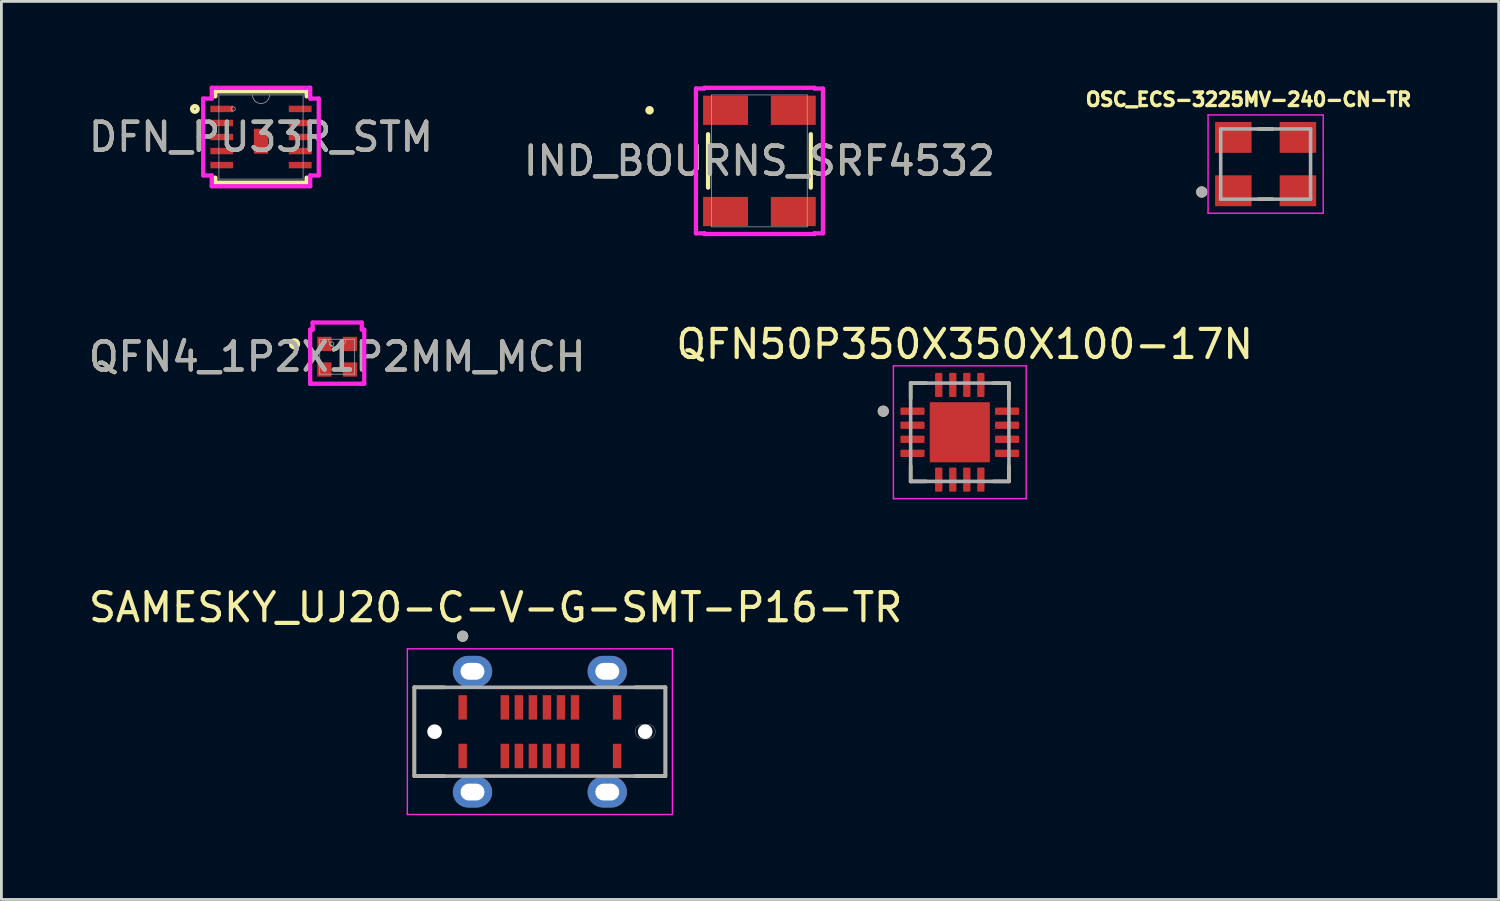
<source format=kicad_pcb>
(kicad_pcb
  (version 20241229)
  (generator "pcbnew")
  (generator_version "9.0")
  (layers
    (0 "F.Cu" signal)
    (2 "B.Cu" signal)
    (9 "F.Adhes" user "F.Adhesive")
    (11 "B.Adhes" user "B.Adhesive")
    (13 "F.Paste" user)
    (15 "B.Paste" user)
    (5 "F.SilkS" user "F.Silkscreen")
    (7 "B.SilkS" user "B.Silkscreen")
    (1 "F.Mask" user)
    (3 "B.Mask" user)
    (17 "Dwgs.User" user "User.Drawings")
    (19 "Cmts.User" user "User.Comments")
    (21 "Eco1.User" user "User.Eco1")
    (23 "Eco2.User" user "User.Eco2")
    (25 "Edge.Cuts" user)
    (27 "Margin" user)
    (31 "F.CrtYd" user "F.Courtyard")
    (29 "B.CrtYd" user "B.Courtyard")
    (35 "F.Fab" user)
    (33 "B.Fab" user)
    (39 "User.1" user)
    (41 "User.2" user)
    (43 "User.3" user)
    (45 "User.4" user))
  (footprint "QFN4_1P2X1P2MM_MCH"
    (layer "F.Cu")
    (at 8.958 9.653)
    (property "Reference" "QFN4_1P2X1P2MM_MCH" (at 0 0 0) (unlocked yes) (layer "F.SilkS") (effects (font (size 1 1) (thickness 0.15))))
    (attr smd)
    (fp_circle (center -1.52 -0.455) (end -1.393 -0.455) (stroke (width 0.152) (type solid)) (fill no) (layer "F.SilkS"))
    (fp_line (start -0.963 -0.963) (end -0.876 -0.963) (stroke (width 0.152) (type solid)) (layer "F.CrtYd"))
    (fp_line (start -0.963 0.963) (end -0.963 -0.963) (stroke (width 0.152) (type solid)) (layer "F.CrtYd"))
    (fp_line (start -0.963 0.963) (end -0.876 0.963) (stroke (width 0.152) (type solid)) (layer "F.CrtYd"))
    (fp_line (start -0.876 -1.217) (end 0.876 -1.217) (stroke (width 0.152) (type solid)) (layer "F.CrtYd"))
    (fp_line (start -0.876 -0.963) (end -0.876 -1.217) (stroke (width 0.152) (type solid)) (layer "F.CrtYd"))
    (fp_line (start -0.876 0.963) (end -0.876 0.963) (stroke (width 0.152) (type solid)) (layer "F.CrtYd"))
    (fp_line (start 0.876 -1.217) (end 0.876 -0.963) (stroke (width 0.152) (type solid)) (layer "F.CrtYd"))
    (fp_line (start 0.876 0.963) (end -0.876 0.963) (stroke (width 0.152) (type solid)) (layer "F.CrtYd"))
    (fp_line (start 0.876 0.963) (end 0.876 0.963) (stroke (width 0.152) (type solid)) (layer "F.CrtYd"))
    (fp_line (start 0.963 -0.963) (end 0.876 -0.963) (stroke (width 0.152) (type solid)) (layer "F.CrtYd"))
    (fp_line (start 0.963 -0.963) (end 0.963 0.963) (stroke (width 0.152) (type solid)) (layer "F.CrtYd"))
    (fp_line (start 0.963 0.963) (end 0.876 0.963) (stroke (width 0.152) (type solid)) (layer "F.CrtYd"))
    (fp_line (start -0.622 -0.622) (end -0.622 0.622) (stroke (width 0.025) (type solid)) (layer "F.Fab"))
    (fp_line (start -0.622 0.622) (end 0.622 0.622) (stroke (width 0.025) (type solid)) (layer "F.Fab"))
    (fp_line (start 0.622 -0.622) (end -0.622 -0.622) (stroke (width 0.025) (type solid)) (layer "F.Fab"))
    (fp_line (start 0.622 0.622) (end 0.622 -0.622) (stroke (width 0.025) (type solid)) (layer "F.Fab"))
    (fp_arc (start 0.3048 -0.6223) (mid 0 -0.3175) (end -0.3048 -0.6223) (stroke (width 0.0254) (type solid)) (layer "F.Fab"))
    (fp_circle (center -0.201 -0.455) (end -0.125 -0.455) (stroke (width 0.025) (type solid)) (fill no) (layer "F.Fab"))
    (fp_text user "${REFERENCE}" (at 0 0 0) (unlocked yes) (layer "F.Fab") (effects (font (size 1 1) (thickness 0.15))))
    (pad "1" smd rect (at -0.455 -0.455) (size 0.508 0.508) (layers "F.Cu" "F.Mask" "F.Paste"))
    (pad "2" smd rect (at -0.455 0.455) (size 0.508 0.508) (layers "F.Cu" "F.Mask" "F.Paste"))
    (pad "3" smd rect (at 0.455 0.455) (size 0.508 0.508) (layers "F.Cu" "F.Mask" "F.Paste"))
    (pad "4" smd rect (at 0.455 -0.455) (size 0.508 0.508) (layers "F.Cu" "F.Mask" "F.Paste")))
  (footprint "DFN_PU33R_STM"
    (layer "F.Cu")
    (at 6.244 1.829)
    (property "Reference" "DFN_PU33R_STM" (at 0 0 0) (unlocked yes) (layer "F.SilkS") (effects (font (size 1 1) (thickness 0.15))))
    (attr smd)
    (fp_line (start -1.626 -1.626) (end -1.626 -1.447) (stroke (width 0.152) (type solid)) (layer "F.SilkS"))
    (fp_line (start -1.626 1.447) (end -1.626 1.626) (stroke (width 0.152) (type solid)) (layer "F.SilkS"))
    (fp_line (start -1.626 1.626) (end 1.626 1.626) (stroke (width 0.152) (type solid)) (layer "F.SilkS"))
    (fp_line (start 1.626 -1.626) (end -1.626 -1.626) (stroke (width 0.152) (type solid)) (layer "F.SilkS"))
    (fp_line (start 1.626 -1.447) (end 1.626 -1.626) (stroke (width 0.152) (type solid)) (layer "F.SilkS"))
    (fp_line (start 1.626 1.626) (end 1.626 1.447) (stroke (width 0.152) (type solid)) (layer "F.SilkS"))
    (fp_circle (center -2.354 -1) (end -2.253 -1) (stroke (width 0.152) (type solid)) (fill no) (layer "F.SilkS"))
    (fp_line (start -2.057 -1.369) (end -1.753 -1.369) (stroke (width 0.152) (type solid)) (layer "F.CrtYd"))
    (fp_line (start -2.057 1.369) (end -2.057 -1.369) (stroke (width 0.152) (type solid)) (layer "F.CrtYd"))
    (fp_line (start -2.057 1.369) (end -1.753 1.369) (stroke (width 0.152) (type solid)) (layer "F.CrtYd"))
    (fp_line (start -1.753 -1.753) (end 1.753 -1.753) (stroke (width 0.152) (type solid)) (layer "F.CrtYd"))
    (fp_line (start -1.753 -1.369) (end -1.753 -1.753) (stroke (width 0.152) (type solid)) (layer "F.CrtYd"))
    (fp_line (start -1.753 1.753) (end -1.753 1.369) (stroke (width 0.152) (type solid)) (layer "F.CrtYd"))
    (fp_line (start 1.753 -1.753) (end 1.753 -1.369) (stroke (width 0.152) (type solid)) (layer "F.CrtYd"))
    (fp_line (start 1.753 1.369) (end 1.753 1.753) (stroke (width 0.152) (type solid)) (layer "F.CrtYd"))
    (fp_line (start 1.753 1.753) (end -1.753 1.753) (stroke (width 0.152) (type solid)) (layer "F.CrtYd"))
    (fp_line (start 2.057 -1.369) (end 1.753 -1.369) (stroke (width 0.152) (type solid)) (layer "F.CrtYd"))
    (fp_line (start 2.057 -1.369) (end 2.057 1.369) (stroke (width 0.152) (type solid)) (layer "F.CrtYd"))
    (fp_line (start 2.057 1.369) (end 1.753 1.369) (stroke (width 0.152) (type solid)) (layer "F.CrtYd"))
    (fp_line (start -1.499 -1.499) (end -1.499 1.499) (stroke (width 0.025) (type solid)) (layer "F.Fab"))
    (fp_line (start -1.499 1.499) (end 1.499 1.499) (stroke (width 0.025) (type solid)) (layer "F.Fab"))
    (fp_line (start 1.499 -1.499) (end -1.499 -1.499) (stroke (width 0.025) (type solid)) (layer "F.Fab"))
    (fp_line (start 1.499 1.499) (end 1.499 -1.499) (stroke (width 0.025) (type solid)) (layer "F.Fab"))
    (fp_arc (start 0.3048 -1.4986) (mid 0 -1.1938) (end -0.3048 -1.4986) (stroke (width 0.0254) (type solid)) (layer "F.Fab"))
    (fp_circle (center -0.991 -1) (end -0.914 -1) (stroke (width 0.025) (type solid)) (fill no) (layer "F.Fab"))
    (fp_text user "${REFERENCE}" (at 0 0 0) (unlocked yes) (layer "F.Fab") (effects (font (size 1 1) (thickness 0.15))))
    (pad "1" smd rect (at -1.397 -1) (size 0.813 0.229) (layers "F.Cu" "F.Mask" "F.Paste"))
    (pad "2" smd rect (at -1.397 -0.5) (size 0.813 0.229) (layers "F.Cu" "F.Mask" "F.Paste"))
    (pad "3" smd rect (at -1.397 0) (size 0.813 0.229) (layers "F.Cu" "F.Mask" "F.Paste"))
    (pad "4" smd rect (at -1.397 0.5) (size 0.813 0.229) (layers "F.Cu" "F.Mask" "F.Paste"))
    (pad "5" smd rect (at -1.397 1) (size 0.813 0.229) (layers "F.Cu" "F.Mask" "F.Paste"))
    (pad "6" smd rect (at 1.397 1) (size 0.813 0.229) (layers "F.Cu" "F.Mask" "F.Paste"))
    (pad "7" smd rect (at 1.397 0.5) (size 0.813 0.229) (layers "F.Cu" "F.Mask" "F.Paste"))
    (pad "8" smd rect (at 1.397 0) (size 0.813 0.229) (layers "F.Cu" "F.Mask" "F.Paste"))
    (pad "9" smd rect (at 1.397 -0.5) (size 0.813 0.229) (layers "F.Cu" "F.Mask" "F.Paste"))
    (pad "10" smd rect (at 1.397 -1) (size 0.813 0.229) (layers "F.Cu" "F.Mask" "F.Paste"))
    (pad "11" smd rect (at 0 0.15) (size 0.508 0.889) (layers "F.Cu" "F.Mask" "F.Paste")))
  (footprint "SAMESKY_UJ20-C-V-G-SMT-P16-TR"
    (layer "F.Cu")
    (at 16.176 23.006)
    (property "Reference" "SAMESKY_UJ20-C-V-G-SMT-P16-TR" (at -1.575 -4.425 0) (layer "F.SilkS") (effects (font (size 1 1) (thickness 0.15))))
    (attr smd)
    (fp_line (start -4.47 -1.58) (end -4.47 1.58) (stroke (width 0.127) (type solid)) (layer "F.SilkS"))
    (fp_line (start -4.47 1.58) (end -3.4 1.58) (stroke (width 0.127) (type solid)) (layer "F.SilkS"))
    (fp_line (start -3.4 -1.58) (end -4.47 -1.58) (stroke (width 0.127) (type solid)) (layer "F.SilkS"))
    (fp_line (start 3.4 -1.58) (end 4.47 -1.58) (stroke (width 0.127) (type solid)) (layer "F.SilkS"))
    (fp_line (start 4.47 -1.58) (end 4.47 1.58) (stroke (width 0.127) (type solid)) (layer "F.SilkS"))
    (fp_line (start 4.47 1.58) (end 3.4 1.58) (stroke (width 0.127) (type solid)) (layer "F.SilkS"))
    (fp_circle (center -2.75 -3.4) (end -2.65 -3.4) (stroke (width 0.2) (type solid)) (fill no) (layer "F.SilkS"))
    (fp_line (start 3.66 0.26) (end 3.84 0.26) (stroke (width 0.01) (type solid)) (layer "Edge.Cuts"))
    (fp_line (start 3.84 -0.26) (end 3.65 -0.26) (stroke (width 0.01) (type solid)) (layer "Edge.Cuts"))
    (fp_arc (start 3.39 0) (mid 3.466152 -0.183848) (end 3.65 -0.26) (stroke (width 0.01) (type solid)) (layer "Edge.Cuts"))
    (fp_arc (start 3.66 0.26) (mid 3.471152 0.185919) (end 3.39 0) (stroke (width 0.01) (type solid)) (layer "Edge.Cuts"))
    (fp_arc (start 3.84 -0.26) (mid 4.028848 -0.185919) (end 4.11 0) (stroke (width 0.01) (type solid)) (layer "Edge.Cuts"))
    (fp_arc (start 4.11 0) (mid 4.028848 0.185919) (end 3.84 0.26) (stroke (width 0.01) (type solid)) (layer "Edge.Cuts"))
    (fp_line (start -4.72 -2.95) (end -4.72 2.95) (stroke (width 0.05) (type solid)) (layer "F.CrtYd"))
    (fp_line (start -4.72 2.95) (end 4.72 2.95) (stroke (width 0.05) (type solid)) (layer "F.CrtYd"))
    (fp_line (start 4.72 -2.95) (end -4.72 -2.95) (stroke (width 0.05) (type solid)) (layer "F.CrtYd"))
    (fp_line (start 4.72 2.95) (end 4.72 -2.95) (stroke (width 0.05) (type solid)) (layer "F.CrtYd"))
    (fp_line (start -4.47 -1.58) (end -4.47 1.58) (stroke (width 0.127) (type solid)) (layer "F.Fab"))
    (fp_line (start -4.47 1.58) (end 4.47 1.58) (stroke (width 0.127) (type solid)) (layer "F.Fab"))
    (fp_line (start 4.47 -1.58) (end -4.47 -1.58) (stroke (width 0.127) (type solid)) (layer "F.Fab"))
    (fp_line (start 4.47 1.58) (end 4.47 -1.58) (stroke (width 0.127) (type solid)) (layer "F.Fab"))
    (fp_circle (center -2.75 -3.4) (end -2.65 -3.4) (stroke (width 0.2) (type solid)) (fill no) (layer "F.Fab"))
    (pad "" np_thru_hole circle (at -3.75 0) (size 0.52 0.52) (drill 0.52) (layers "*.Cu" "*.Mask"))
    (pad "" np_thru_hole circle (at 3.75 0) (size 0.52 0.52) (drill 0.52) (layers "*.Cu" "*.Mask"))
    (pad "A1" smd rect (at -2.75 -0.865) (size 0.3 0.87) (layers "F.Cu" "F.Mask" "F.Paste"))
    (pad "A4" smd rect (at -1.25 -0.865) (size 0.3 0.87) (layers "F.Cu" "F.Mask" "F.Paste"))
    (pad "A5" smd rect (at -0.75 -0.865) (size 0.3 0.87) (layers "F.Cu" "F.Mask" "F.Paste"))
    (pad "A6" smd rect (at -0.25 -0.865) (size 0.3 0.87) (layers "F.Cu" "F.Mask" "F.Paste"))
    (pad "A7" smd rect (at 0.25 -0.865) (size 0.3 0.87) (layers "F.Cu" "F.Mask" "F.Paste"))
    (pad "A8" smd rect (at 0.75 -0.865) (size 0.3 0.87) (layers "F.Cu" "F.Mask" "F.Paste"))
    (pad "A9" smd rect (at 1.25 -0.865) (size 0.3 0.87) (layers "F.Cu" "F.Mask" "F.Paste"))
    (pad "A12" smd rect (at 2.75 -0.865) (size 0.3 0.87) (layers "F.Cu" "F.Mask" "F.Paste"))
    (pad "B1" smd rect (at 2.75 0.865) (size 0.3 0.87) (layers "F.Cu" "F.Mask" "F.Paste"))
    (pad "B4" smd rect (at 1.25 0.865) (size 0.3 0.87) (layers "F.Cu" "F.Mask" "F.Paste"))
    (pad "B5" smd rect (at 0.75 0.865) (size 0.3 0.87) (layers "F.Cu" "F.Mask" "F.Paste"))
    (pad "B6" smd rect (at 0.25 0.865) (size 0.3 0.87) (layers "F.Cu" "F.Mask" "F.Paste"))
    (pad "B7" smd rect (at -0.25 0.865) (size 0.3 0.87) (layers "F.Cu" "F.Mask" "F.Paste"))
    (pad "B8" smd rect (at -0.75 0.865) (size 0.3 0.87) (layers "F.Cu" "F.Mask" "F.Paste"))
    (pad "B9" smd rect (at -1.25 0.865) (size 0.3 0.87) (layers "F.Cu" "F.Mask" "F.Paste"))
    (pad "B12" smd rect (at -2.75 0.865) (size 0.3 0.87) (layers "F.Cu" "F.Mask" "F.Paste"))
    (pad "SH1" thru_hole oval (at -2.4 -2.15) (size 1.4 1.1) (drill oval 0.85 0.6) (layers "*.Cu" "*.Mask"))
    (pad "SH2" thru_hole oval (at 2.4 -2.15) (size 1.4 1.1) (drill oval 0.85 0.6) (layers "*.Cu" "*.Mask"))
    (pad "SH3" thru_hole oval (at -2.4 2.15) (size 1.4 1.1) (drill oval 0.85 0.6) (layers "*.Cu" "*.Mask"))
    (pad "SH4" thru_hole oval (at 2.4 2.15) (size 1.4 1.1) (drill oval 0.85 0.6) (layers "*.Cu" "*.Mask")))
  (footprint "QFN50P350X350X100-17N"
    (layer "F.Cu")
    (at 31.129 12.343)
    (property "Reference" "QFN50P350X350X100-17N" (at 0.175 -3.135 0) (layer "F.SilkS") (effects (font (size 1 1) (thickness 0.15))))
    (attr smd)
    (fp_line (start -1.75 -1.75) (end -1.75 -1.2) (stroke (width 0.127) (type solid)) (layer "F.SilkS"))
    (fp_line (start -1.75 -1.75) (end -1.2 -1.75) (stroke (width 0.127) (type solid)) (layer "F.SilkS"))
    (fp_line (start -1.75 1.75) (end -1.75 1.2) (stroke (width 0.127) (type solid)) (layer "F.SilkS"))
    (fp_line (start -1.75 1.75) (end -1.2 1.75) (stroke (width 0.127) (type solid)) (layer "F.SilkS"))
    (fp_line (start 1.75 -1.75) (end 1.2 -1.75) (stroke (width 0.127) (type solid)) (layer "F.SilkS"))
    (fp_line (start 1.75 -1.75) (end 1.75 -1.2) (stroke (width 0.127) (type solid)) (layer "F.SilkS"))
    (fp_line (start 1.75 1.75) (end 1.2 1.75) (stroke (width 0.127) (type solid)) (layer "F.SilkS"))
    (fp_line (start 1.75 1.75) (end 1.75 1.2) (stroke (width 0.127) (type solid)) (layer "F.SilkS"))
    (fp_circle (center -2.725 -0.75) (end -2.625 -0.75) (stroke (width 0.2) (type solid)) (fill no) (layer "F.SilkS"))
    (fp_poly (pts (xy -0.68 -0.68) (xy 0.68 -0.68) (xy 0.68 0.68) (xy -0.68 0.68)) (stroke (width 0.01) (type solid)) (fill yes) (layer "F.Paste"))
    (fp_line (start -2.365 -2.365) (end 2.365 -2.365) (stroke (width 0.05) (type solid)) (layer "F.CrtYd"))
    (fp_line (start -2.365 2.365) (end -2.365 -2.365) (stroke (width 0.05) (type solid)) (layer "F.CrtYd"))
    (fp_line (start -2.365 2.365) (end 2.365 2.365) (stroke (width 0.05) (type solid)) (layer "F.CrtYd"))
    (fp_line (start 2.365 2.365) (end 2.365 -2.365) (stroke (width 0.05) (type solid)) (layer "F.CrtYd"))
    (fp_line (start -1.75 1.75) (end -1.75 -1.75) (stroke (width 0.127) (type solid)) (layer "F.Fab"))
    (fp_line (start 1.75 -1.75) (end -1.75 -1.75) (stroke (width 0.127) (type solid)) (layer "F.Fab"))
    (fp_line (start 1.75 1.75) (end -1.75 1.75) (stroke (width 0.127) (type solid)) (layer "F.Fab"))
    (fp_line (start 1.75 1.75) (end 1.75 -1.75) (stroke (width 0.127) (type solid)) (layer "F.Fab"))
    (fp_circle (center -2.725 -0.75) (end -2.625 -0.75) (stroke (width 0.2) (type solid)) (fill no) (layer "F.Fab"))
    (pad "1" smd roundrect (at -1.685 -0.75) (size 0.86 0.26) (layers "F.Cu" "F.Mask" "F.Paste") (roundrect_rratio 0.125))
    (pad "2" smd roundrect (at -1.685 -0.25) (size 0.86 0.26) (layers "F.Cu" "F.Mask" "F.Paste") (roundrect_rratio 0.125))
    (pad "3" smd roundrect (at -1.685 0.25) (size 0.86 0.26) (layers "F.Cu" "F.Mask" "F.Paste") (roundrect_rratio 0.125))
    (pad "4" smd roundrect (at -1.685 0.75) (size 0.86 0.26) (layers "F.Cu" "F.Mask" "F.Paste") (roundrect_rratio 0.125))
    (pad "5" smd roundrect (at -0.75 1.685) (size 0.26 0.86) (layers "F.Cu" "F.Mask" "F.Paste") (roundrect_rratio 0.125))
    (pad "6" smd roundrect (at -0.25 1.685) (size 0.26 0.86) (layers "F.Cu" "F.Mask" "F.Paste") (roundrect_rratio 0.125))
    (pad "7" smd roundrect (at 0.25 1.685) (size 0.26 0.86) (layers "F.Cu" "F.Mask" "F.Paste") (roundrect_rratio 0.125))
    (pad "8" smd roundrect (at 0.75 1.685) (size 0.26 0.86) (layers "F.Cu" "F.Mask" "F.Paste") (roundrect_rratio 0.125))
    (pad "9" smd roundrect (at 1.685 0.75) (size 0.86 0.26) (layers "F.Cu" "F.Mask" "F.Paste") (roundrect_rratio 0.125))
    (pad "10" smd roundrect (at 1.685 0.25) (size 0.86 0.26) (layers "F.Cu" "F.Mask" "F.Paste") (roundrect_rratio 0.125))
    (pad "11" smd roundrect (at 1.685 -0.25) (size 0.86 0.26) (layers "F.Cu" "F.Mask" "F.Paste") (roundrect_rratio 0.125))
    (pad "12" smd roundrect (at 1.685 -0.75) (size 0.86 0.26) (layers "F.Cu" "F.Mask" "F.Paste") (roundrect_rratio 0.125))
    (pad "13" smd roundrect (at 0.75 -1.685) (size 0.26 0.86) (layers "F.Cu" "F.Mask" "F.Paste") (roundrect_rratio 0.125))
    (pad "14" smd roundrect (at 0.25 -1.685) (size 0.26 0.86) (layers "F.Cu" "F.Mask" "F.Paste") (roundrect_rratio 0.125))
    (pad "15" smd roundrect (at -0.25 -1.685) (size 0.26 0.86) (layers "F.Cu" "F.Mask" "F.Paste") (roundrect_rratio 0.125))
    (pad "16" smd roundrect (at -0.75 -1.685) (size 0.26 0.86) (layers "F.Cu" "F.Mask" "F.Paste") (roundrect_rratio 0.125))
    (pad "17" smd rect (at 0 0) (size 2.14 2.14) (layers "F.Cu" "F.Mask")))
  (footprint "OSC_ECS-3225MV-240-CN-TR"
    (layer "F.Cu")
    (at 42.02 2.793)
    (property "Reference" "OSC_ECS-3225MV-240-CN-TR" (at -0.61 -2.301 0) (layer "F.SilkS") (effects (font (size 0.481 0.481) (thickness 0.15))))
    (attr smd)
    (fp_line (start -0.25 -1.25) (end 0.25 -1.25) (stroke (width 0.127) (type solid)) (layer "F.SilkS"))
    (fp_line (start -0.25 1.25) (end 0.25 1.25) (stroke (width 0.127) (type solid)) (layer "F.SilkS"))
    (fp_circle (center -2.275 0.994) (end -2.175 0.994) (stroke (width 0.2) (type solid)) (fill no) (layer "F.SilkS"))
    (fp_line (start -2.05 -1.75) (end 2.05 -1.75) (stroke (width 0.05) (type solid)) (layer "F.CrtYd"))
    (fp_line (start -2.05 1.75) (end -2.05 -1.75) (stroke (width 0.05) (type solid)) (layer "F.CrtYd"))
    (fp_line (start 2.05 -1.75) (end 2.05 1.75) (stroke (width 0.05) (type solid)) (layer "F.CrtYd"))
    (fp_line (start 2.05 1.75) (end -2.05 1.75) (stroke (width 0.05) (type solid)) (layer "F.CrtYd"))
    (fp_line (start -1.6 -1.25) (end 1.6 -1.25) (stroke (width 0.127) (type solid)) (layer "F.Fab"))
    (fp_line (start -1.6 1.25) (end -1.6 -1.25) (stroke (width 0.127) (type solid)) (layer "F.Fab"))
    (fp_line (start 1.6 -1.25) (end 1.6 1.25) (stroke (width 0.127) (type solid)) (layer "F.Fab"))
    (fp_line (start 1.6 1.25) (end -1.6 1.25) (stroke (width 0.127) (type solid)) (layer "F.Fab"))
    (fp_circle (center -2.275 0.994) (end -2.175 0.994) (stroke (width 0.2) (type solid)) (fill no) (layer "F.Fab"))
    (pad "1" smd rect (at -1.15 0.95 90) (size 1.1 1.3) (layers "F.Cu" "F.Mask" "F.Paste"))
    (pad "2" smd rect (at 1.15 0.95 90) (size 1.1 1.3) (layers "F.Cu" "F.Mask" "F.Paste"))
    (pad "3" smd rect (at 1.15 -0.95 90) (size 1.1 1.3) (layers "F.Cu" "F.Mask" "F.Paste"))
    (pad "4" smd rect (at -1.15 -0.95 90) (size 1.1 1.3) (layers "F.Cu" "F.Mask" "F.Paste")))
  (footprint "IND_BOURNS_SRF4532"
    (layer "F.Cu")
    (at 23.994 2.68)
    (property "Reference" "IND_BOURNS_SRF4532" (at 0 0 0) (unlocked yes) (layer "F.SilkS") (effects (font (size 1 1) (thickness 0.15))))
    (attr smd)
    (fp_line (start -1.829 -0.95) (end -1.829 0.95) (stroke (width 0.152) (type solid)) (layer "F.SilkS"))
    (fp_line (start 1.829 0.95) (end 1.829 -0.95) (stroke (width 0.152) (type solid)) (layer "F.SilkS"))
    (fp_circle (center -3.912 -1.803) (end -3.835 -1.803) (stroke (width 0.152) (type solid)) (fill no) (layer "F.SilkS"))
    (fp_line (start -2.261 -2.578) (end -1.956 -2.578) (stroke (width 0.152) (type solid)) (layer "F.CrtYd"))
    (fp_line (start -2.261 2.578) (end -2.261 -2.578) (stroke (width 0.152) (type solid)) (layer "F.CrtYd"))
    (fp_line (start -2.261 2.578) (end -1.956 2.578) (stroke (width 0.152) (type solid)) (layer "F.CrtYd"))
    (fp_line (start -1.956 -2.603) (end 1.956 -2.603) (stroke (width 0.152) (type solid)) (layer "F.CrtYd"))
    (fp_line (start -1.956 -2.578) (end -1.956 -2.603) (stroke (width 0.152) (type solid)) (layer "F.CrtYd"))
    (fp_line (start -1.956 2.603) (end -1.956 2.578) (stroke (width 0.152) (type solid)) (layer "F.CrtYd"))
    (fp_line (start 1.956 -2.603) (end 1.956 -2.578) (stroke (width 0.152) (type solid)) (layer "F.CrtYd"))
    (fp_line (start 1.956 2.578) (end 1.956 2.603) (stroke (width 0.152) (type solid)) (layer "F.CrtYd"))
    (fp_line (start 1.956 2.603) (end -1.956 2.603) (stroke (width 0.152) (type solid)) (layer "F.CrtYd"))
    (fp_line (start 2.261 -2.578) (end 1.956 -2.578) (stroke (width 0.152) (type solid)) (layer "F.CrtYd"))
    (fp_line (start 2.261 -2.578) (end 2.261 2.578) (stroke (width 0.152) (type solid)) (layer "F.CrtYd"))
    (fp_line (start 2.261 2.578) (end 1.956 2.578) (stroke (width 0.152) (type solid)) (layer "F.CrtYd"))
    (fp_line (start -1.702 -2.349) (end -1.702 2.349) (stroke (width 0.025) (type solid)) (layer "F.Fab"))
    (fp_line (start -1.702 2.349) (end 1.702 2.349) (stroke (width 0.025) (type solid)) (layer "F.Fab"))
    (fp_line (start 1.702 -2.349) (end -1.702 -2.349) (stroke (width 0.025) (type solid)) (layer "F.Fab"))
    (fp_line (start 1.702 2.349) (end 1.702 -2.349) (stroke (width 0.025) (type solid)) (layer "F.Fab"))
    (fp_text user "${REFERENCE}" (at 0 0 0) (unlocked yes) (layer "F.Fab") (effects (font (size 1 1) (thickness 0.15))))
    (pad "1" smd rect (at -1.206 -1.803) (size 1.6 1.041) (layers "F.Cu" "F.Mask" "F.Paste"))
    (pad "2" smd rect (at -1.206 1.803) (size 1.6 1.041) (layers "F.Cu" "F.Mask" "F.Paste"))
    (pad "3" smd rect (at 1.206 1.803) (size 1.6 1.041) (layers "F.Cu" "F.Mask" "F.Paste"))
    (pad "4" smd rect (at 1.206 -1.803) (size 1.6 1.041) (layers "F.Cu" "F.Mask" "F.Paste")))
  (gr_rect
    (start -3 -3)
    (end 50.32 28.981)
    (stroke (width 0.1) (type default))
    (fill no)
    (layer "Edge.Cuts")))
</source>
